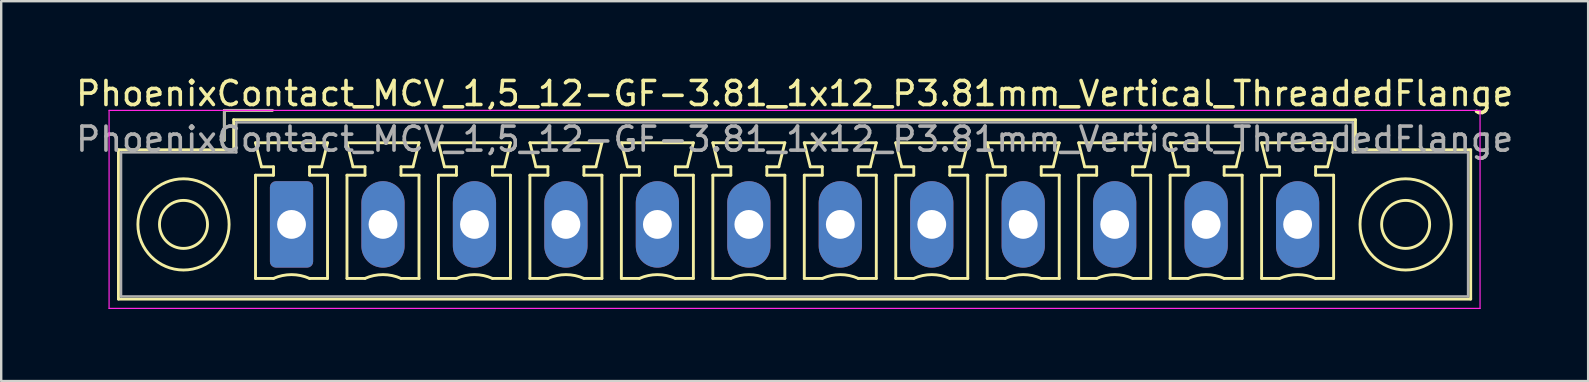
<source format=kicad_pcb>
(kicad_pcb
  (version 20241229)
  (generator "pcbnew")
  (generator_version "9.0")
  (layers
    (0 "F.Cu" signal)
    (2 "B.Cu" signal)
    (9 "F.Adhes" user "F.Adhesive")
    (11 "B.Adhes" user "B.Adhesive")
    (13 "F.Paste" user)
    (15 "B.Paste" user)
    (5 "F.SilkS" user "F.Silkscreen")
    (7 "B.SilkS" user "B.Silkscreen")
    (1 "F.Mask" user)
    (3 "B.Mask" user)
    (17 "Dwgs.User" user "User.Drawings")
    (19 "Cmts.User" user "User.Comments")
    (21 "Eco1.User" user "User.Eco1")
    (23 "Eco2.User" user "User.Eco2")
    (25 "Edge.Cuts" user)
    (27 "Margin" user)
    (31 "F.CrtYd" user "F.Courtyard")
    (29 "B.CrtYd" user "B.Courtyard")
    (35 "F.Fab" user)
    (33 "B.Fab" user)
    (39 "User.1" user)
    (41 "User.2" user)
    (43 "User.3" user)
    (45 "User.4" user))
  (footprint "PhoenixContact_MCV_1,5_12-GF-3.81_1x12_P3.81mm_Vertical_ThreadedFlange"
    (layer "F.Cu")
    (at 9.094 6.298)
    (property "Reference" "PhoenixContact_MCV_1,5_12-GF-3.81_1x12_P3.81mm_Vertical_ThreadedFlange" (at 20.96 -5.45 0) (layer "F.SilkS") (effects (font (size 1 1) (thickness 0.15))))
    (attr through_hole)
    (fp_line (start -7.21 -3.11) (end -7.21 3.11) (stroke (width 0.12) (type solid)) (layer "F.SilkS"))
    (fp_line (start -7.21 3.11) (end 49.12 3.11) (stroke (width 0.12) (type solid)) (layer "F.SilkS"))
    (fp_line (start -2.8 -4.75) (end -0.8 -4.75) (stroke (width 0.12) (type solid)) (layer "F.SilkS"))
    (fp_line (start -2.8 -3.5) (end -2.8 -4.75) (stroke (width 0.12) (type solid)) (layer "F.SilkS"))
    (fp_line (start -2.41 -4.36) (end -2.41 -3.11) (stroke (width 0.12) (type solid)) (layer "F.SilkS"))
    (fp_line (start -2.41 -3.11) (end -7.21 -3.11) (stroke (width 0.12) (type solid)) (layer "F.SilkS"))
    (fp_line (start -1.5 -3.4) (end 1.5 -3.4) (stroke (width 0.12) (type solid)) (layer "F.SilkS"))
    (fp_line (start -1.5 -2.05) (end -0.75 -2.05) (stroke (width 0.12) (type solid)) (layer "F.SilkS"))
    (fp_line (start -1.5 2.25) (end -1.5 -2.05) (stroke (width 0.12) (type solid)) (layer "F.SilkS"))
    (fp_line (start -1.25 -2.4) (end -1.5 -3.4) (stroke (width 0.12) (type solid)) (layer "F.SilkS"))
    (fp_line (start -0.75 -2.4) (end -1.25 -2.4) (stroke (width 0.12) (type solid)) (layer "F.SilkS"))
    (fp_line (start -0.75 -2.05) (end -0.75 -2.4) (stroke (width 0.12) (type solid)) (layer "F.SilkS"))
    (fp_line (start -0.75 2.25) (end -1.5 2.25) (stroke (width 0.12) (type solid)) (layer "F.SilkS"))
    (fp_line (start 0.75 -2.4) (end 0.75 -2.05) (stroke (width 0.12) (type solid)) (layer "F.SilkS"))
    (fp_line (start 0.75 -2.05) (end 1.5 -2.05) (stroke (width 0.12) (type solid)) (layer "F.SilkS"))
    (fp_line (start 1.25 -2.4) (end 0.75 -2.4) (stroke (width 0.12) (type solid)) (layer "F.SilkS"))
    (fp_line (start 1.5 -3.4) (end 1.25 -2.4) (stroke (width 0.12) (type solid)) (layer "F.SilkS"))
    (fp_line (start 1.5 -2.05) (end 1.5 2.25) (stroke (width 0.12) (type solid)) (layer "F.SilkS"))
    (fp_line (start 1.5 2.25) (end 0.75 2.25) (stroke (width 0.12) (type solid)) (layer "F.SilkS"))
    (fp_line (start 2.31 -3.4) (end 5.31 -3.4) (stroke (width 0.12) (type solid)) (layer "F.SilkS"))
    (fp_line (start 2.31 -2.05) (end 3.06 -2.05) (stroke (width 0.12) (type solid)) (layer "F.SilkS"))
    (fp_line (start 2.31 2.25) (end 2.31 -2.05) (stroke (width 0.12) (type solid)) (layer "F.SilkS"))
    (fp_line (start 2.56 -2.4) (end 2.31 -3.4) (stroke (width 0.12) (type solid)) (layer "F.SilkS"))
    (fp_line (start 3.06 -2.4) (end 2.56 -2.4) (stroke (width 0.12) (type solid)) (layer "F.SilkS"))
    (fp_line (start 3.06 -2.05) (end 3.06 -2.4) (stroke (width 0.12) (type solid)) (layer "F.SilkS"))
    (fp_line (start 3.06 2.25) (end 2.31 2.25) (stroke (width 0.12) (type solid)) (layer "F.SilkS"))
    (fp_line (start 4.56 -2.4) (end 4.56 -2.05) (stroke (width 0.12) (type solid)) (layer "F.SilkS"))
    (fp_line (start 4.56 -2.05) (end 5.31 -2.05) (stroke (width 0.12) (type solid)) (layer "F.SilkS"))
    (fp_line (start 5.06 -2.4) (end 4.56 -2.4) (stroke (width 0.12) (type solid)) (layer "F.SilkS"))
    (fp_line (start 5.31 -3.4) (end 5.06 -2.4) (stroke (width 0.12) (type solid)) (layer "F.SilkS"))
    (fp_line (start 5.31 -2.05) (end 5.31 2.25) (stroke (width 0.12) (type solid)) (layer "F.SilkS"))
    (fp_line (start 5.31 2.25) (end 4.56 2.25) (stroke (width 0.12) (type solid)) (layer "F.SilkS"))
    (fp_line (start 6.12 -3.4) (end 9.12 -3.4) (stroke (width 0.12) (type solid)) (layer "F.SilkS"))
    (fp_line (start 6.12 -2.05) (end 6.87 -2.05) (stroke (width 0.12) (type solid)) (layer "F.SilkS"))
    (fp_line (start 6.12 2.25) (end 6.12 -2.05) (stroke (width 0.12) (type solid)) (layer "F.SilkS"))
    (fp_line (start 6.37 -2.4) (end 6.12 -3.4) (stroke (width 0.12) (type solid)) (layer "F.SilkS"))
    (fp_line (start 6.87 -2.4) (end 6.37 -2.4) (stroke (width 0.12) (type solid)) (layer "F.SilkS"))
    (fp_line (start 6.87 -2.05) (end 6.87 -2.4) (stroke (width 0.12) (type solid)) (layer "F.SilkS"))
    (fp_line (start 6.87 2.25) (end 6.12 2.25) (stroke (width 0.12) (type solid)) (layer "F.SilkS"))
    (fp_line (start 8.37 -2.4) (end 8.37 -2.05) (stroke (width 0.12) (type solid)) (layer "F.SilkS"))
    (fp_line (start 8.37 -2.05) (end 9.12 -2.05) (stroke (width 0.12) (type solid)) (layer "F.SilkS"))
    (fp_line (start 8.87 -2.4) (end 8.37 -2.4) (stroke (width 0.12) (type solid)) (layer "F.SilkS"))
    (fp_line (start 9.12 -3.4) (end 8.87 -2.4) (stroke (width 0.12) (type solid)) (layer "F.SilkS"))
    (fp_line (start 9.12 -2.05) (end 9.12 2.25) (stroke (width 0.12) (type solid)) (layer "F.SilkS"))
    (fp_line (start 9.12 2.25) (end 8.37 2.25) (stroke (width 0.12) (type solid)) (layer "F.SilkS"))
    (fp_line (start 9.93 -3.4) (end 12.93 -3.4) (stroke (width 0.12) (type solid)) (layer "F.SilkS"))
    (fp_line (start 9.93 -2.05) (end 10.68 -2.05) (stroke (width 0.12) (type solid)) (layer "F.SilkS"))
    (fp_line (start 9.93 2.25) (end 9.93 -2.05) (stroke (width 0.12) (type solid)) (layer "F.SilkS"))
    (fp_line (start 10.18 -2.4) (end 9.93 -3.4) (stroke (width 0.12) (type solid)) (layer "F.SilkS"))
    (fp_line (start 10.68 -2.4) (end 10.18 -2.4) (stroke (width 0.12) (type solid)) (layer "F.SilkS"))
    (fp_line (start 10.68 -2.05) (end 10.68 -2.4) (stroke (width 0.12) (type solid)) (layer "F.SilkS"))
    (fp_line (start 10.68 2.25) (end 9.93 2.25) (stroke (width 0.12) (type solid)) (layer "F.SilkS"))
    (fp_line (start 12.18 -2.4) (end 12.18 -2.05) (stroke (width 0.12) (type solid)) (layer "F.SilkS"))
    (fp_line (start 12.18 -2.05) (end 12.93 -2.05) (stroke (width 0.12) (type solid)) (layer "F.SilkS"))
    (fp_line (start 12.68 -2.4) (end 12.18 -2.4) (stroke (width 0.12) (type solid)) (layer "F.SilkS"))
    (fp_line (start 12.93 -3.4) (end 12.68 -2.4) (stroke (width 0.12) (type solid)) (layer "F.SilkS"))
    (fp_line (start 12.93 -2.05) (end 12.93 2.25) (stroke (width 0.12) (type solid)) (layer "F.SilkS"))
    (fp_line (start 12.93 2.25) (end 12.18 2.25) (stroke (width 0.12) (type solid)) (layer "F.SilkS"))
    (fp_line (start 13.74 -3.4) (end 16.74 -3.4) (stroke (width 0.12) (type solid)) (layer "F.SilkS"))
    (fp_line (start 13.74 -2.05) (end 14.49 -2.05) (stroke (width 0.12) (type solid)) (layer "F.SilkS"))
    (fp_line (start 13.74 2.25) (end 13.74 -2.05) (stroke (width 0.12) (type solid)) (layer "F.SilkS"))
    (fp_line (start 13.99 -2.4) (end 13.74 -3.4) (stroke (width 0.12) (type solid)) (layer "F.SilkS"))
    (fp_line (start 14.49 -2.4) (end 13.99 -2.4) (stroke (width 0.12) (type solid)) (layer "F.SilkS"))
    (fp_line (start 14.49 -2.05) (end 14.49 -2.4) (stroke (width 0.12) (type solid)) (layer "F.SilkS"))
    (fp_line (start 14.49 2.25) (end 13.74 2.25) (stroke (width 0.12) (type solid)) (layer "F.SilkS"))
    (fp_line (start 15.99 -2.4) (end 15.99 -2.05) (stroke (width 0.12) (type solid)) (layer "F.SilkS"))
    (fp_line (start 15.99 -2.05) (end 16.74 -2.05) (stroke (width 0.12) (type solid)) (layer "F.SilkS"))
    (fp_line (start 16.49 -2.4) (end 15.99 -2.4) (stroke (width 0.12) (type solid)) (layer "F.SilkS"))
    (fp_line (start 16.74 -3.4) (end 16.49 -2.4) (stroke (width 0.12) (type solid)) (layer "F.SilkS"))
    (fp_line (start 16.74 -2.05) (end 16.74 2.25) (stroke (width 0.12) (type solid)) (layer "F.SilkS"))
    (fp_line (start 16.74 2.25) (end 15.99 2.25) (stroke (width 0.12) (type solid)) (layer "F.SilkS"))
    (fp_line (start 17.55 -3.4) (end 20.55 -3.4) (stroke (width 0.12) (type solid)) (layer "F.SilkS"))
    (fp_line (start 17.55 -2.05) (end 18.3 -2.05) (stroke (width 0.12) (type solid)) (layer "F.SilkS"))
    (fp_line (start 17.55 2.25) (end 17.55 -2.05) (stroke (width 0.12) (type solid)) (layer "F.SilkS"))
    (fp_line (start 17.8 -2.4) (end 17.55 -3.4) (stroke (width 0.12) (type solid)) (layer "F.SilkS"))
    (fp_line (start 18.3 -2.4) (end 17.8 -2.4) (stroke (width 0.12) (type solid)) (layer "F.SilkS"))
    (fp_line (start 18.3 -2.05) (end 18.3 -2.4) (stroke (width 0.12) (type solid)) (layer "F.SilkS"))
    (fp_line (start 18.3 2.25) (end 17.55 2.25) (stroke (width 0.12) (type solid)) (layer "F.SilkS"))
    (fp_line (start 19.8 -2.4) (end 19.8 -2.05) (stroke (width 0.12) (type solid)) (layer "F.SilkS"))
    (fp_line (start 19.8 -2.05) (end 20.55 -2.05) (stroke (width 0.12) (type solid)) (layer "F.SilkS"))
    (fp_line (start 20.3 -2.4) (end 19.8 -2.4) (stroke (width 0.12) (type solid)) (layer "F.SilkS"))
    (fp_line (start 20.55 -3.4) (end 20.3 -2.4) (stroke (width 0.12) (type solid)) (layer "F.SilkS"))
    (fp_line (start 20.55 -2.05) (end 20.55 2.25) (stroke (width 0.12) (type solid)) (layer "F.SilkS"))
    (fp_line (start 20.55 2.25) (end 19.8 2.25) (stroke (width 0.12) (type solid)) (layer "F.SilkS"))
    (fp_line (start 21.36 -3.4) (end 24.36 -3.4) (stroke (width 0.12) (type solid)) (layer "F.SilkS"))
    (fp_line (start 21.36 -2.05) (end 22.11 -2.05) (stroke (width 0.12) (type solid)) (layer "F.SilkS"))
    (fp_line (start 21.36 2.25) (end 21.36 -2.05) (stroke (width 0.12) (type solid)) (layer "F.SilkS"))
    (fp_line (start 21.61 -2.4) (end 21.36 -3.4) (stroke (width 0.12) (type solid)) (layer "F.SilkS"))
    (fp_line (start 22.11 -2.4) (end 21.61 -2.4) (stroke (width 0.12) (type solid)) (layer "F.SilkS"))
    (fp_line (start 22.11 -2.05) (end 22.11 -2.4) (stroke (width 0.12) (type solid)) (layer "F.SilkS"))
    (fp_line (start 22.11 2.25) (end 21.36 2.25) (stroke (width 0.12) (type solid)) (layer "F.SilkS"))
    (fp_line (start 23.61 -2.4) (end 23.61 -2.05) (stroke (width 0.12) (type solid)) (layer "F.SilkS"))
    (fp_line (start 23.61 -2.05) (end 24.36 -2.05) (stroke (width 0.12) (type solid)) (layer "F.SilkS"))
    (fp_line (start 24.11 -2.4) (end 23.61 -2.4) (stroke (width 0.12) (type solid)) (layer "F.SilkS"))
    (fp_line (start 24.36 -3.4) (end 24.11 -2.4) (stroke (width 0.12) (type solid)) (layer "F.SilkS"))
    (fp_line (start 24.36 -2.05) (end 24.36 2.25) (stroke (width 0.12) (type solid)) (layer "F.SilkS"))
    (fp_line (start 24.36 2.25) (end 23.61 2.25) (stroke (width 0.12) (type solid)) (layer "F.SilkS"))
    (fp_line (start 25.17 -3.4) (end 28.17 -3.4) (stroke (width 0.12) (type solid)) (layer "F.SilkS"))
    (fp_line (start 25.17 -2.05) (end 25.92 -2.05) (stroke (width 0.12) (type solid)) (layer "F.SilkS"))
    (fp_line (start 25.17 2.25) (end 25.17 -2.05) (stroke (width 0.12) (type solid)) (layer "F.SilkS"))
    (fp_line (start 25.42 -2.4) (end 25.17 -3.4) (stroke (width 0.12) (type solid)) (layer "F.SilkS"))
    (fp_line (start 25.92 -2.4) (end 25.42 -2.4) (stroke (width 0.12) (type solid)) (layer "F.SilkS"))
    (fp_line (start 25.92 -2.05) (end 25.92 -2.4) (stroke (width 0.12) (type solid)) (layer "F.SilkS"))
    (fp_line (start 25.92 2.25) (end 25.17 2.25) (stroke (width 0.12) (type solid)) (layer "F.SilkS"))
    (fp_line (start 27.42 -2.4) (end 27.42 -2.05) (stroke (width 0.12) (type solid)) (layer "F.SilkS"))
    (fp_line (start 27.42 -2.05) (end 28.17 -2.05) (stroke (width 0.12) (type solid)) (layer "F.SilkS"))
    (fp_line (start 27.92 -2.4) (end 27.42 -2.4) (stroke (width 0.12) (type solid)) (layer "F.SilkS"))
    (fp_line (start 28.17 -3.4) (end 27.92 -2.4) (stroke (width 0.12) (type solid)) (layer "F.SilkS"))
    (fp_line (start 28.17 -2.05) (end 28.17 2.25) (stroke (width 0.12) (type solid)) (layer "F.SilkS"))
    (fp_line (start 28.17 2.25) (end 27.42 2.25) (stroke (width 0.12) (type solid)) (layer "F.SilkS"))
    (fp_line (start 28.98 -3.4) (end 31.98 -3.4) (stroke (width 0.12) (type solid)) (layer "F.SilkS"))
    (fp_line (start 28.98 -2.05) (end 29.73 -2.05) (stroke (width 0.12) (type solid)) (layer "F.SilkS"))
    (fp_line (start 28.98 2.25) (end 28.98 -2.05) (stroke (width 0.12) (type solid)) (layer "F.SilkS"))
    (fp_line (start 29.23 -2.4) (end 28.98 -3.4) (stroke (width 0.12) (type solid)) (layer "F.SilkS"))
    (fp_line (start 29.73 -2.4) (end 29.23 -2.4) (stroke (width 0.12) (type solid)) (layer "F.SilkS"))
    (fp_line (start 29.73 -2.05) (end 29.73 -2.4) (stroke (width 0.12) (type solid)) (layer "F.SilkS"))
    (fp_line (start 29.73 2.25) (end 28.98 2.25) (stroke (width 0.12) (type solid)) (layer "F.SilkS"))
    (fp_line (start 31.23 -2.4) (end 31.23 -2.05) (stroke (width 0.12) (type solid)) (layer "F.SilkS"))
    (fp_line (start 31.23 -2.05) (end 31.98 -2.05) (stroke (width 0.12) (type solid)) (layer "F.SilkS"))
    (fp_line (start 31.73 -2.4) (end 31.23 -2.4) (stroke (width 0.12) (type solid)) (layer "F.SilkS"))
    (fp_line (start 31.98 -3.4) (end 31.73 -2.4) (stroke (width 0.12) (type solid)) (layer "F.SilkS"))
    (fp_line (start 31.98 -2.05) (end 31.98 2.25) (stroke (width 0.12) (type solid)) (layer "F.SilkS"))
    (fp_line (start 31.98 2.25) (end 31.23 2.25) (stroke (width 0.12) (type solid)) (layer "F.SilkS"))
    (fp_line (start 32.79 -3.4) (end 35.79 -3.4) (stroke (width 0.12) (type solid)) (layer "F.SilkS"))
    (fp_line (start 32.79 -2.05) (end 33.54 -2.05) (stroke (width 0.12) (type solid)) (layer "F.SilkS"))
    (fp_line (start 32.79 2.25) (end 32.79 -2.05) (stroke (width 0.12) (type solid)) (layer "F.SilkS"))
    (fp_line (start 33.04 -2.4) (end 32.79 -3.4) (stroke (width 0.12) (type solid)) (layer "F.SilkS"))
    (fp_line (start 33.54 -2.4) (end 33.04 -2.4) (stroke (width 0.12) (type solid)) (layer "F.SilkS"))
    (fp_line (start 33.54 -2.05) (end 33.54 -2.4) (stroke (width 0.12) (type solid)) (layer "F.SilkS"))
    (fp_line (start 33.54 2.25) (end 32.79 2.25) (stroke (width 0.12) (type solid)) (layer "F.SilkS"))
    (fp_line (start 35.04 -2.4) (end 35.04 -2.05) (stroke (width 0.12) (type solid)) (layer "F.SilkS"))
    (fp_line (start 35.04 -2.05) (end 35.79 -2.05) (stroke (width 0.12) (type solid)) (layer "F.SilkS"))
    (fp_line (start 35.54 -2.4) (end 35.04 -2.4) (stroke (width 0.12) (type solid)) (layer "F.SilkS"))
    (fp_line (start 35.79 -3.4) (end 35.54 -2.4) (stroke (width 0.12) (type solid)) (layer "F.SilkS"))
    (fp_line (start 35.79 -2.05) (end 35.79 2.25) (stroke (width 0.12) (type solid)) (layer "F.SilkS"))
    (fp_line (start 35.79 2.25) (end 35.04 2.25) (stroke (width 0.12) (type solid)) (layer "F.SilkS"))
    (fp_line (start 36.6 -3.4) (end 39.6 -3.4) (stroke (width 0.12) (type solid)) (layer "F.SilkS"))
    (fp_line (start 36.6 -2.05) (end 37.35 -2.05) (stroke (width 0.12) (type solid)) (layer "F.SilkS"))
    (fp_line (start 36.6 2.25) (end 36.6 -2.05) (stroke (width 0.12) (type solid)) (layer "F.SilkS"))
    (fp_line (start 36.85 -2.4) (end 36.6 -3.4) (stroke (width 0.12) (type solid)) (layer "F.SilkS"))
    (fp_line (start 37.35 -2.4) (end 36.85 -2.4) (stroke (width 0.12) (type solid)) (layer "F.SilkS"))
    (fp_line (start 37.35 -2.05) (end 37.35 -2.4) (stroke (width 0.12) (type solid)) (layer "F.SilkS"))
    (fp_line (start 37.35 2.25) (end 36.6 2.25) (stroke (width 0.12) (type solid)) (layer "F.SilkS"))
    (fp_line (start 38.85 -2.4) (end 38.85 -2.05) (stroke (width 0.12) (type solid)) (layer "F.SilkS"))
    (fp_line (start 38.85 -2.05) (end 39.6 -2.05) (stroke (width 0.12) (type solid)) (layer "F.SilkS"))
    (fp_line (start 39.35 -2.4) (end 38.85 -2.4) (stroke (width 0.12) (type solid)) (layer "F.SilkS"))
    (fp_line (start 39.6 -3.4) (end 39.35 -2.4) (stroke (width 0.12) (type solid)) (layer "F.SilkS"))
    (fp_line (start 39.6 -2.05) (end 39.6 2.25) (stroke (width 0.12) (type solid)) (layer "F.SilkS"))
    (fp_line (start 39.6 2.25) (end 38.85 2.25) (stroke (width 0.12) (type solid)) (layer "F.SilkS"))
    (fp_line (start 40.41 -3.4) (end 43.41 -3.4) (stroke (width 0.12) (type solid)) (layer "F.SilkS"))
    (fp_line (start 40.41 -2.05) (end 41.16 -2.05) (stroke (width 0.12) (type solid)) (layer "F.SilkS"))
    (fp_line (start 40.41 2.25) (end 40.41 -2.05) (stroke (width 0.12) (type solid)) (layer "F.SilkS"))
    (fp_line (start 40.66 -2.4) (end 40.41 -3.4) (stroke (width 0.12) (type solid)) (layer "F.SilkS"))
    (fp_line (start 41.16 -2.4) (end 40.66 -2.4) (stroke (width 0.12) (type solid)) (layer "F.SilkS"))
    (fp_line (start 41.16 -2.05) (end 41.16 -2.4) (stroke (width 0.12) (type solid)) (layer "F.SilkS"))
    (fp_line (start 41.16 2.25) (end 40.41 2.25) (stroke (width 0.12) (type solid)) (layer "F.SilkS"))
    (fp_line (start 42.66 -2.4) (end 42.66 -2.05) (stroke (width 0.12) (type solid)) (layer "F.SilkS"))
    (fp_line (start 42.66 -2.05) (end 43.41 -2.05) (stroke (width 0.12) (type solid)) (layer "F.SilkS"))
    (fp_line (start 43.16 -2.4) (end 42.66 -2.4) (stroke (width 0.12) (type solid)) (layer "F.SilkS"))
    (fp_line (start 43.41 -3.4) (end 43.16 -2.4) (stroke (width 0.12) (type solid)) (layer "F.SilkS"))
    (fp_line (start 43.41 -2.05) (end 43.41 2.25) (stroke (width 0.12) (type solid)) (layer "F.SilkS"))
    (fp_line (start 43.41 2.25) (end 42.66 2.25) (stroke (width 0.12) (type solid)) (layer "F.SilkS"))
    (fp_line (start 44.32 -4.36) (end -2.41 -4.36) (stroke (width 0.12) (type solid)) (layer "F.SilkS"))
    (fp_line (start 44.32 -3.11) (end 44.32 -4.36) (stroke (width 0.12) (type solid)) (layer "F.SilkS"))
    (fp_line (start 49.12 -3.11) (end 44.32 -3.11) (stroke (width 0.12) (type solid)) (layer "F.SilkS"))
    (fp_line (start 49.12 3.11) (end 49.12 -3.11) (stroke (width 0.12) (type solid)) (layer "F.SilkS"))
    (fp_arc (start -0.75 2.25) (mid -0.000193 2.09191) (end 0.749647 2.249844) (stroke (width 0.12) (type solid)) (layer "F.SilkS"))
    (fp_arc (start 3.06 2.25) (mid 3.809807 2.09191) (end 4.559647 2.249844) (stroke (width 0.12) (type solid)) (layer "F.SilkS"))
    (fp_arc (start 6.87 2.25) (mid 7.619807 2.09191) (end 8.369647 2.249844) (stroke (width 0.12) (type solid)) (layer "F.SilkS"))
    (fp_arc (start 10.68 2.25) (mid 11.429807 2.09191) (end 12.179647 2.249844) (stroke (width 0.12) (type solid)) (layer "F.SilkS"))
    (fp_arc (start 14.49 2.25) (mid 15.239807 2.09191) (end 15.989647 2.249844) (stroke (width 0.12) (type solid)) (layer "F.SilkS"))
    (fp_arc (start 18.3 2.25) (mid 19.049807 2.09191) (end 19.799647 2.249844) (stroke (width 0.12) (type solid)) (layer "F.SilkS"))
    (fp_arc (start 22.11 2.25) (mid 22.859807 2.09191) (end 23.609647 2.249844) (stroke (width 0.12) (type solid)) (layer "F.SilkS"))
    (fp_arc (start 25.92 2.25) (mid 26.669807 2.09191) (end 27.419647 2.249844) (stroke (width 0.12) (type solid)) (layer "F.SilkS"))
    (fp_arc (start 29.73 2.25) (mid 30.479807 2.09191) (end 31.229647 2.249844) (stroke (width 0.12) (type solid)) (layer "F.SilkS"))
    (fp_arc (start 33.54 2.25) (mid 34.289807 2.09191) (end 35.039647 2.249844) (stroke (width 0.12) (type solid)) (layer "F.SilkS"))
    (fp_arc (start 37.35 2.25) (mid 38.099807 2.09191) (end 38.849647 2.249844) (stroke (width 0.12) (type solid)) (layer "F.SilkS"))
    (fp_arc (start 41.16 2.25) (mid 41.909807 2.09191) (end 42.659647 2.249844) (stroke (width 0.12) (type solid)) (layer "F.SilkS"))
    (fp_circle (center -4.5 0) (end -3.5 0) (stroke (width 0.12) (type solid)) (fill no) (layer "F.SilkS"))
    (fp_circle (center -4.5 0) (end -2.6 0) (stroke (width 0.12) (type solid)) (fill no) (layer "F.SilkS"))
    (fp_circle (center 46.41 0) (end 47.41 0) (stroke (width 0.12) (type solid)) (fill no) (layer "F.SilkS"))
    (fp_circle (center 46.41 0) (end 48.31 0) (stroke (width 0.12) (type solid)) (fill no) (layer "F.SilkS"))
    (fp_line (start -7.6 -4.75) (end -7.6 3.5) (stroke (width 0.05) (type solid)) (layer "F.CrtYd"))
    (fp_line (start -7.6 3.5) (end 49.51 3.5) (stroke (width 0.05) (type solid)) (layer "F.CrtYd"))
    (fp_line (start 49.51 -4.75) (end -7.6 -4.75) (stroke (width 0.05) (type solid)) (layer "F.CrtYd"))
    (fp_line (start 49.51 3.5) (end 49.51 -4.75) (stroke (width 0.05) (type solid)) (layer "F.CrtYd"))
    (fp_line (start -7.1 -3) (end -7.1 3) (stroke (width 0.1) (type solid)) (layer "F.Fab"))
    (fp_line (start -7.1 3) (end 49.01 3) (stroke (width 0.1) (type solid)) (layer "F.Fab"))
    (fp_line (start -2.8 -4.75) (end -0.8 -4.75) (stroke (width 0.1) (type solid)) (layer "F.Fab"))
    (fp_line (start -2.8 -3.5) (end -2.8 -4.75) (stroke (width 0.1) (type solid)) (layer "F.Fab"))
    (fp_line (start -2.3 -4.25) (end -2.3 -3) (stroke (width 0.1) (type solid)) (layer "F.Fab"))
    (fp_line (start -2.3 -3) (end -7.1 -3) (stroke (width 0.1) (type solid)) (layer "F.Fab"))
    (fp_line (start 44.21 -4.25) (end -2.3 -4.25) (stroke (width 0.1) (type solid)) (layer "F.Fab"))
    (fp_line (start 44.21 -3) (end 44.21 -4.25) (stroke (width 0.1) (type solid)) (layer "F.Fab"))
    (fp_line (start 49.01 -3) (end 44.21 -3) (stroke (width 0.1) (type solid)) (layer "F.Fab"))
    (fp_line (start 49.01 3) (end 49.01 -3) (stroke (width 0.1) (type solid)) (layer "F.Fab"))
    (fp_text user "${REFERENCE}" (at 20.96 -3.55 0) (layer "F.Fab") (effects (font (size 1 1) (thickness 0.15))))
    (pad "1" thru_hole roundrect (at 0 0) (size 1.8 3.6) (drill 1.2) (layers "*.Cu" "*.Mask") (roundrect_rratio 0.139))
    (pad "2" thru_hole oval (at 3.81 0) (size 1.8 3.6) (drill 1.2) (layers "*.Cu" "*.Mask"))
    (pad "3" thru_hole oval (at 7.62 0) (size 1.8 3.6) (drill 1.2) (layers "*.Cu" "*.Mask"))
    (pad "4" thru_hole oval (at 11.43 0) (size 1.8 3.6) (drill 1.2) (layers "*.Cu" "*.Mask"))
    (pad "5" thru_hole oval (at 15.24 0) (size 1.8 3.6) (drill 1.2) (layers "*.Cu" "*.Mask"))
    (pad "6" thru_hole oval (at 19.05 0) (size 1.8 3.6) (drill 1.2) (layers "*.Cu" "*.Mask"))
    (pad "7" thru_hole oval (at 22.86 0) (size 1.8 3.6) (drill 1.2) (layers "*.Cu" "*.Mask"))
    (pad "8" thru_hole oval (at 26.67 0) (size 1.8 3.6) (drill 1.2) (layers "*.Cu" "*.Mask"))
    (pad "9" thru_hole oval (at 30.48 0) (size 1.8 3.6) (drill 1.2) (layers "*.Cu" "*.Mask"))
    (pad "10" thru_hole oval (at 34.29 0) (size 1.8 3.6) (drill 1.2) (layers "*.Cu" "*.Mask"))
    (pad "11" thru_hole oval (at 38.1 0) (size 1.8 3.6) (drill 1.2) (layers "*.Cu" "*.Mask"))
    (pad "12" thru_hole oval (at 41.91 0) (size 1.8 3.6) (drill 1.2) (layers "*.Cu" "*.Mask")))
  (gr_rect
    (start -3 -3)
    (end 63.107 12.823)
    (stroke (width 0.1) (type default))
    (fill no)
    (layer "Edge.Cuts")))
</source>
